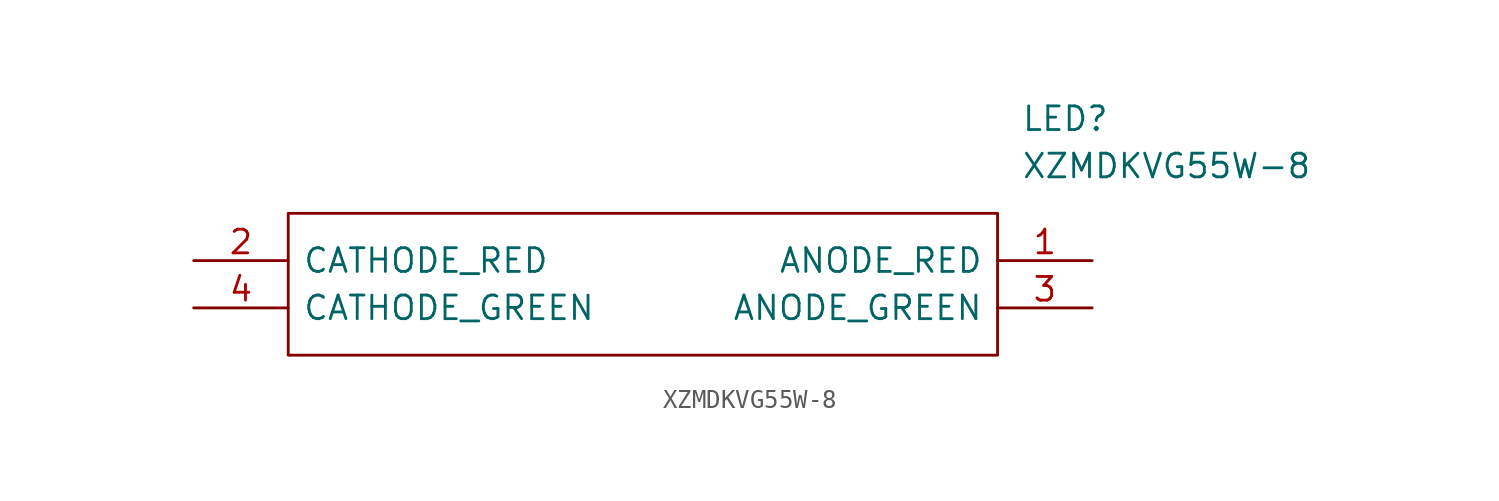
<source format=kicad_sym>
(kicad_symbol_lib
  (version 20211014)
  (generator kicad_symbol_editor)
  (symbol "XZMDKVG55W-8"
    (pin_names
      (offset 0.762))
    (property "Reference" "LED"
      (at 44.45 7.62 0)
      (effects (font (size 1.27 1.27)) (justify left)))
    (property "Value" "XZMDKVG55W-8"
      (at 44.45 5.08 0)
      (effects (font (size 1.27 1.27)) (justify left)))
    (symbol "XZMDKVG55W-8_0_0"
      (pin passive line (at 48.26 0 180) (length 5.08) (name "ANODE_RED" (effects (font (size 1.27 1.27)))) (number "1" (effects (font (size 1.27 1.27)))))
      (pin passive line (at 0 0 0) (length 5.08) (name "CATHODE_RED" (effects (font (size 1.27 1.27)))) (number "2" (effects (font (size 1.27 1.27)))))
      (pin passive line (at 48.26 -2.54 180) (length 5.08) (name "ANODE_GREEN" (effects (font (size 1.27 1.27)))) (number "3" (effects (font (size 1.27 1.27)))))
      (pin passive line (at 0 -2.54 0) (length 5.08) (name "CATHODE_GREEN" (effects (font (size 1.27 1.27)))) (number "4" (effects (font (size 1.27 1.27))))))
    (symbol "XZMDKVG55W-8_0_1"
      (polyline (pts (xy 5.08 2.54) (xy 43.18 2.54) (xy 43.18 -5.08) (xy 5.08 -5.08) (xy 5.08 2.54)) (stroke (width 0.152) (type default) (color 0 0 0 0)) (fill (type none))))))
</source>
